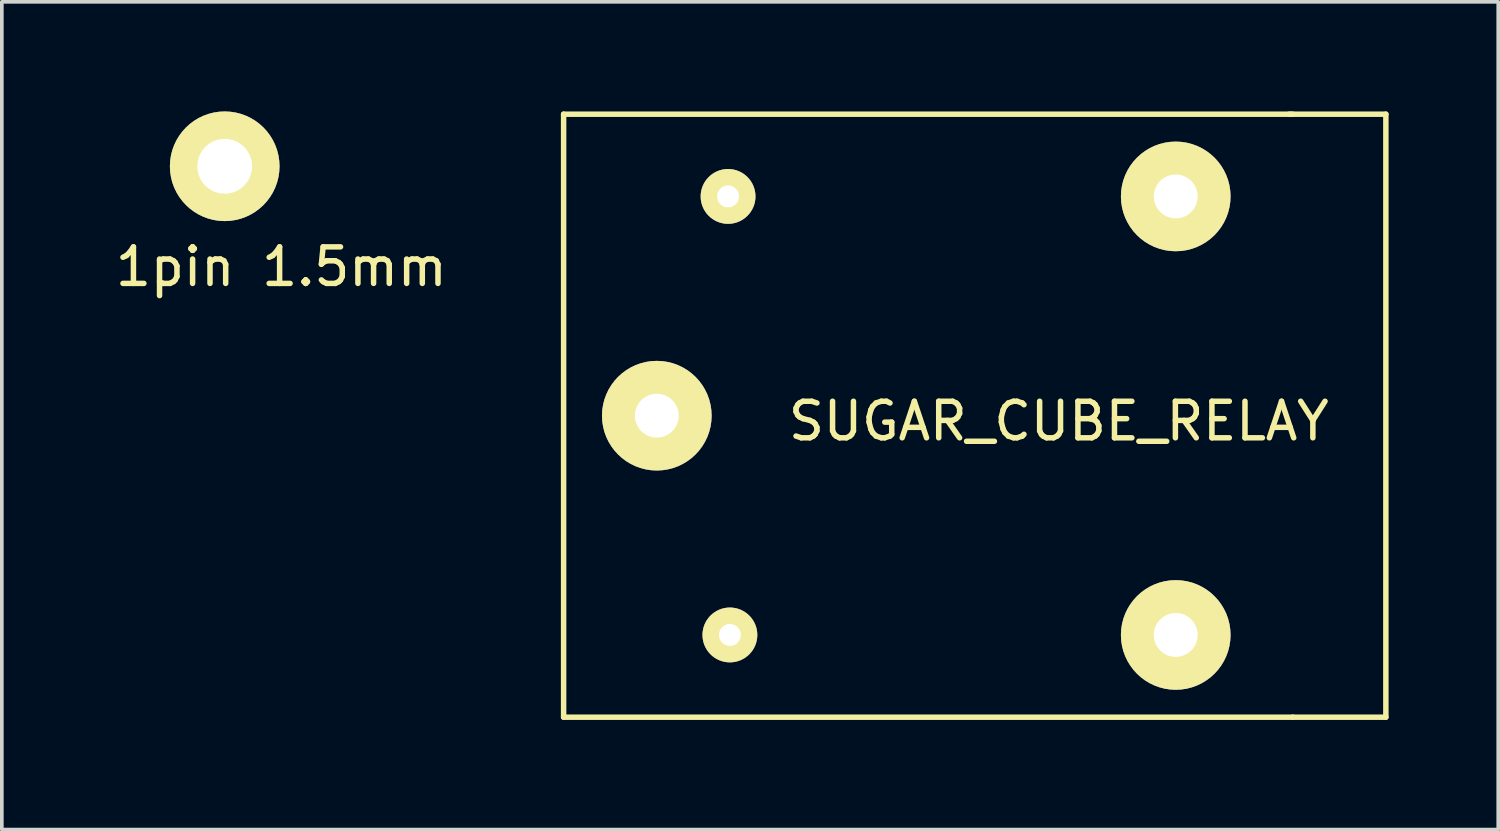
<source format=kicad_pcb>
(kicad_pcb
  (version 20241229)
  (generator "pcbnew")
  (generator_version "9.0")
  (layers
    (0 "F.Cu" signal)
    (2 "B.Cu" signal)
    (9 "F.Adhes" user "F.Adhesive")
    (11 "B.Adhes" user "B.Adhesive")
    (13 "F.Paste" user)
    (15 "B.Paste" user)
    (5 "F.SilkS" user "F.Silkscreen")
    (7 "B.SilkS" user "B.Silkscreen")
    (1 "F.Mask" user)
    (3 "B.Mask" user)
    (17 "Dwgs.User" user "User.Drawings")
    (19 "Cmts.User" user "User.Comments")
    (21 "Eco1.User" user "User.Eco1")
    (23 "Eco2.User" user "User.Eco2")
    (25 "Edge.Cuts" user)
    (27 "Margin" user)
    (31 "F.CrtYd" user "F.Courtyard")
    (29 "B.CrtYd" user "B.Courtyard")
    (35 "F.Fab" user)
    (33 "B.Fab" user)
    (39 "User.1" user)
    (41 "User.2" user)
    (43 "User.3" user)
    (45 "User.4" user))
  (footprint "1pin 1.5mm"
    (layer "F.Cu")
    (at 3.099 1.5)
    (property "Reference" "1pin 1.5mm" (at 1.55 2.75 0) (layer "F.SilkS") (effects (font (size 1 1) (thickness 0.15))))
    (attr through_hole)
    (pad "1" thru_hole circle (at 0 0) (size 3 3) (drill 1.5) (layers "*.Cu" "*.Mask" "F.SilkS")))
  (footprint "SUGAR_CUBE_RELAY"
    (layer "F.Cu")
    (at 23.623 8.325)
    (property "Reference" "SUGAR_CUBE_RELAY" (at 2.3 0.15 0) (layer "F.SilkS") (effects (font (size 1 1) (thickness 0.15))))
    (attr through_hole)
    (fp_line (start -11.25 -8.25) (end 8.7 -8.25) (stroke (width 0.15) (type solid)) (layer "F.SilkS"))
    (fp_line (start -11.25 8.25) (end -11.25 -8.25) (stroke (width 0.15) (type solid)) (layer "F.SilkS"))
    (fp_line (start 8.6 -8.25) (end 11.25 -8.25) (stroke (width 0.15) (type solid)) (layer "F.SilkS"))
    (fp_line (start 8.7 8.25) (end -11.25 8.25) (stroke (width 0.15) (type solid)) (layer "F.SilkS"))
    (fp_line (start 8.7 8.25) (end 11.25 8.25) (stroke (width 0.15) (type solid)) (layer "F.SilkS"))
    (fp_line (start 11.25 -8.25) (end 11.25 8.25) (stroke (width 0.15) (type solid)) (layer "F.SilkS"))
    (pad "1" thru_hole circle (at -8.7 0) (size 3 3) (drill 1.2) (layers "*.Cu" "*.Mask" "F.SilkS"))
    (pad "2" thru_hole circle (at -6.7 6) (size 1.5 1.5) (drill 0.6) (layers "*.Cu" "*.Mask" "F.SilkS"))
    (pad "3" thru_hole circle (at 5.5 6) (size 3 3) (drill 1.2) (layers "*.Cu" "*.Mask" "F.SilkS"))
    (pad "4" thru_hole circle (at 5.5 -6) (size 3 3) (drill 1.2) (layers "*.Cu" "*.Mask" "F.SilkS"))
    (pad "5" thru_hole circle (at -6.75 -6) (size 1.5 1.5) (drill 0.6) (layers "*.Cu" "*.Mask" "F.SilkS")))
  (gr_rect
    (start -3 -3)
    (end 37.948 19.65)
    (stroke (width 0.1) (type default))
    (fill no)
    (layer "Edge.Cuts")))
</source>
